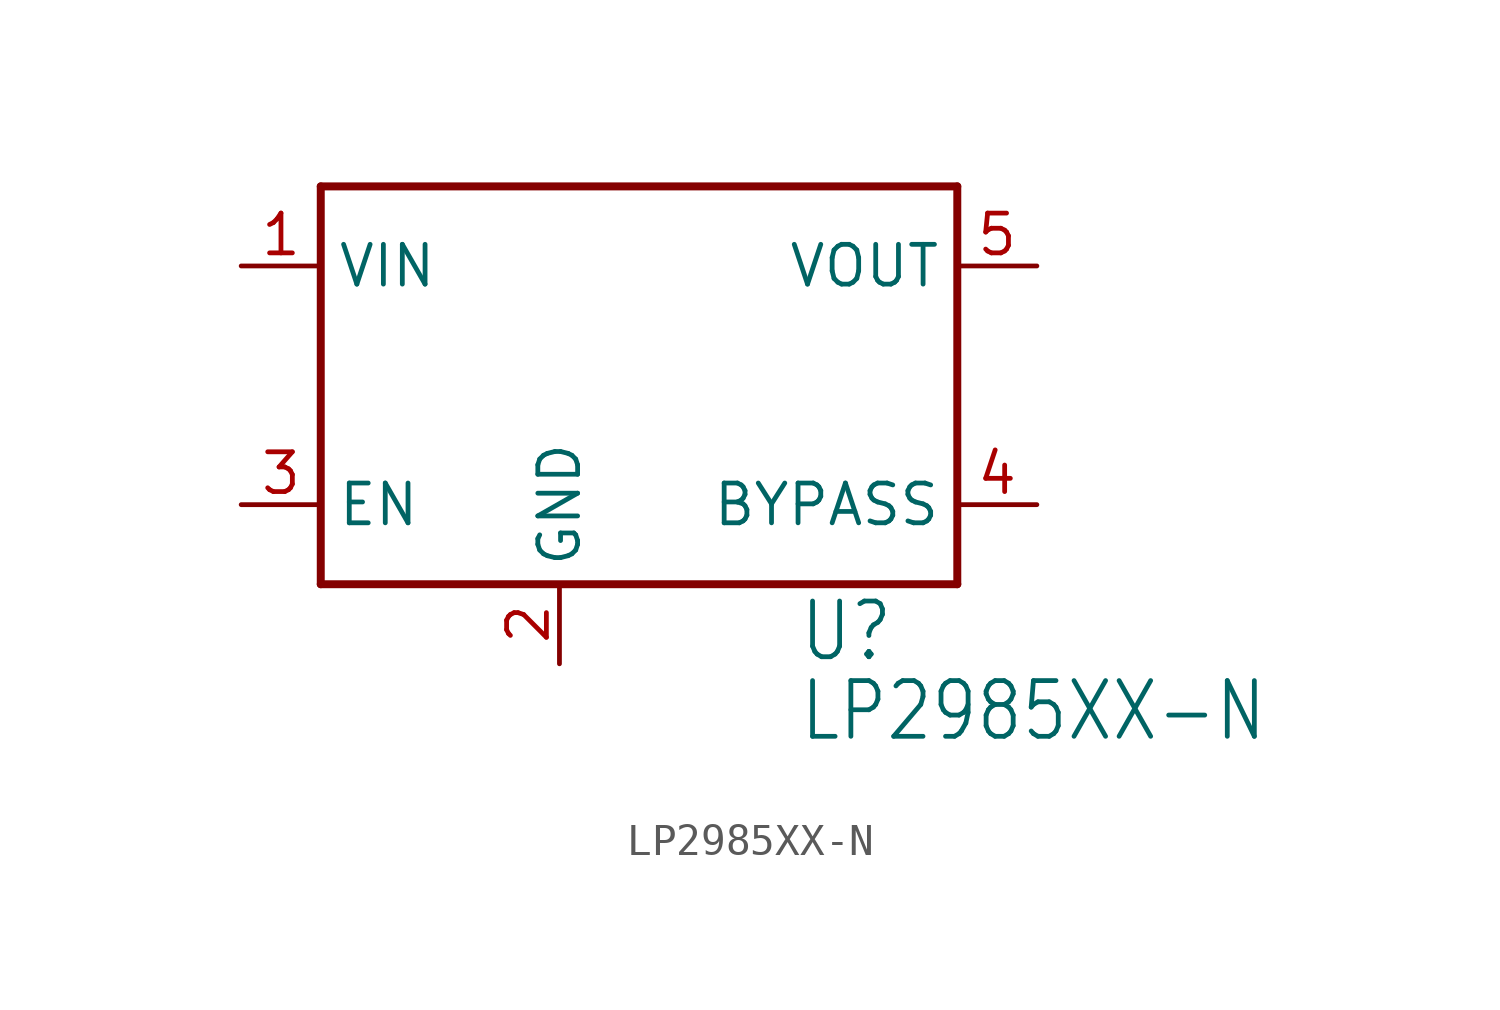
<source format=kicad_sym>
(kicad_symbol_lib
  (version 20211014)
  (generator kicad_symbol_editor)
  (symbol "LP2985XX-N"
    (property "Reference" "U"
      (at 5.08 -7.62 0)
      (effects (font (size 1.778 1.511)) (justify left bottom)))
    (property "Value" "LP2985XX-N"
      (at 5.08 -10.16 0)
      (effects (font (size 1.778 1.511)) (justify left bottom)))
    (property "ki_locked" ""
      (at 0 0 0)
      (effects (font (size 1.27 1.27))))
    (symbol "LP2985XX-N_1_0"
      (polyline (pts (xy -10.16 -5.08) (xy 10.16 -5.08)) (stroke (width 0.254) (type default) (color 0 0 0 0)) (fill (type none)))
      (polyline (pts (xy -10.16 7.62) (xy -10.16 -5.08)) (stroke (width 0.254) (type default) (color 0 0 0 0)) (fill (type none)))
      (polyline (pts (xy 10.16 -5.08) (xy 10.16 7.62)) (stroke (width 0.254) (type default) (color 0 0 0 0)) (fill (type none)))
      (polyline (pts (xy 10.16 7.62) (xy -10.16 7.62)) (stroke (width 0.254) (type default) (color 0 0 0 0)) (fill (type none)))
      (pin power_in line (at -12.7 5.08 0) (length 2.54) (name "VIN" (effects (font (size 1.27 1.27)))) (number "1" (effects (font (size 1.27 1.27)))))
      (pin power_in line (at -2.54 -7.62 90) (length 2.54) (name "GND" (effects (font (size 1.27 1.27)))) (number "2" (effects (font (size 1.27 1.27)))))
      (pin input line (at -12.7 -2.54 0) (length 2.54) (name "EN" (effects (font (size 1.27 1.27)))) (number "3" (effects (font (size 1.27 1.27)))))
      (pin power_in line (at 12.7 -2.54 180) (length 2.54) (name "BYPASS" (effects (font (size 1.27 1.27)))) (number "4" (effects (font (size 1.27 1.27)))))
      (pin power_in line (at 12.7 5.08 180) (length 2.54) (name "VOUT" (effects (font (size 1.27 1.27)))) (number "5" (effects (font (size 1.27 1.27))))))))
</source>
